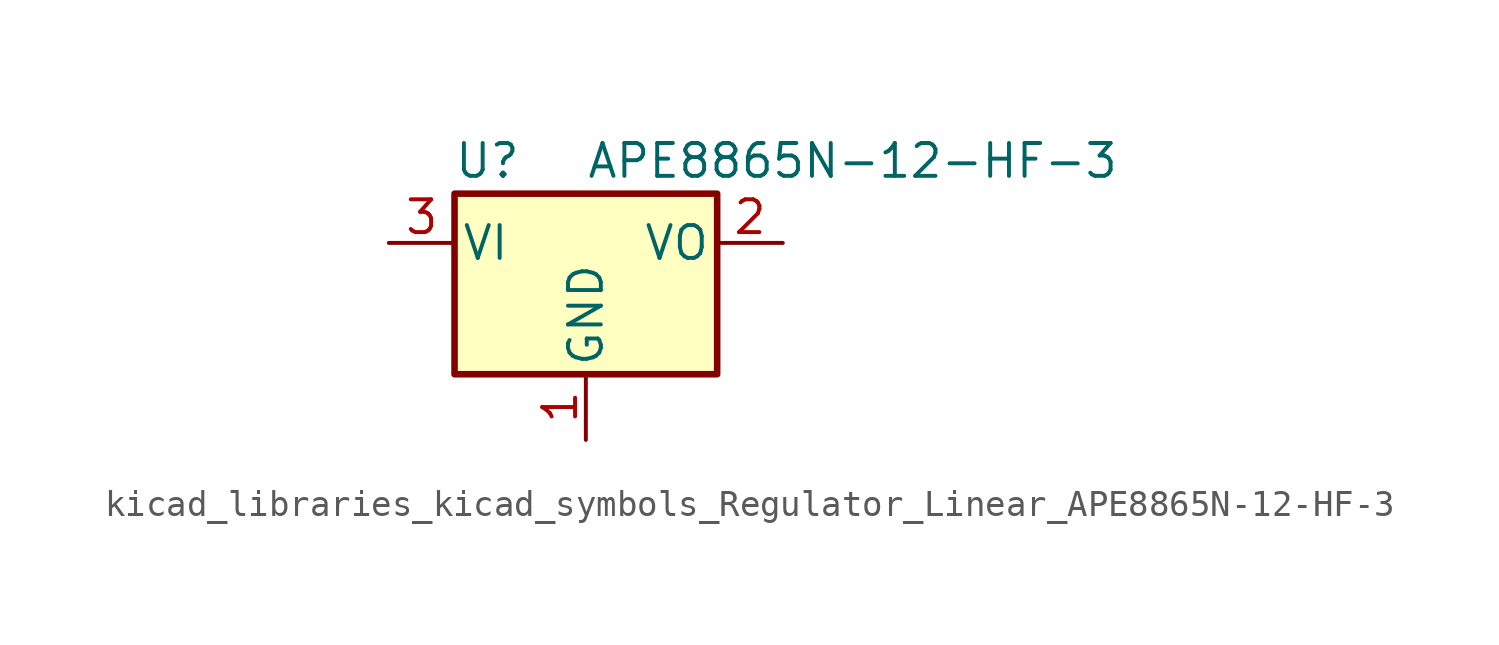
<source format=kicad_sym>
(kicad_symbol_lib
  (version 20220914)
  (generator kicad_symbol_editor)
  (symbol "kicad_libraries_kicad_symbols_Regulator_Linear_APE8865N-12-HF-3"
    (pin_names
      (offset 0.254))
    (property "Reference" "U"
      (at -3.81 3.175 0)
      (effects (font (size 1.27 1.27))))
    (property "Value" "APE8865N-12-HF-3"
      (at 0 3.175 0)
      (effects (font (size 1.27 1.27)) (justify left)))
    (symbol "kicad_libraries_kicad_symbols_Regulator_Linear_APE8865N-12-HF-3_0_1"
      (rectangle (start -5.08 1.905) (end 5.08 -5.08) (stroke (width 0.254) (type default)) (fill (type background))))
    (symbol "kicad_libraries_kicad_symbols_Regulator_Linear_APE8865N-12-HF-3_1_1"
      (pin power_in line (at 0 -7.62 90) (length 2.54) (name "GND" (effects (font (size 1.27 1.27)))) (number "1" (effects (font (size 1.27 1.27)))))
      (pin power_out line (at 7.62 0 180) (length 2.54) (name "VO" (effects (font (size 1.27 1.27)))) (number "2" (effects (font (size 1.27 1.27)))))
      (pin power_in line (at -7.62 0 0) (length 2.54) (name "VI" (effects (font (size 1.27 1.27)))) (number "3" (effects (font (size 1.27 1.27))))))))
</source>
